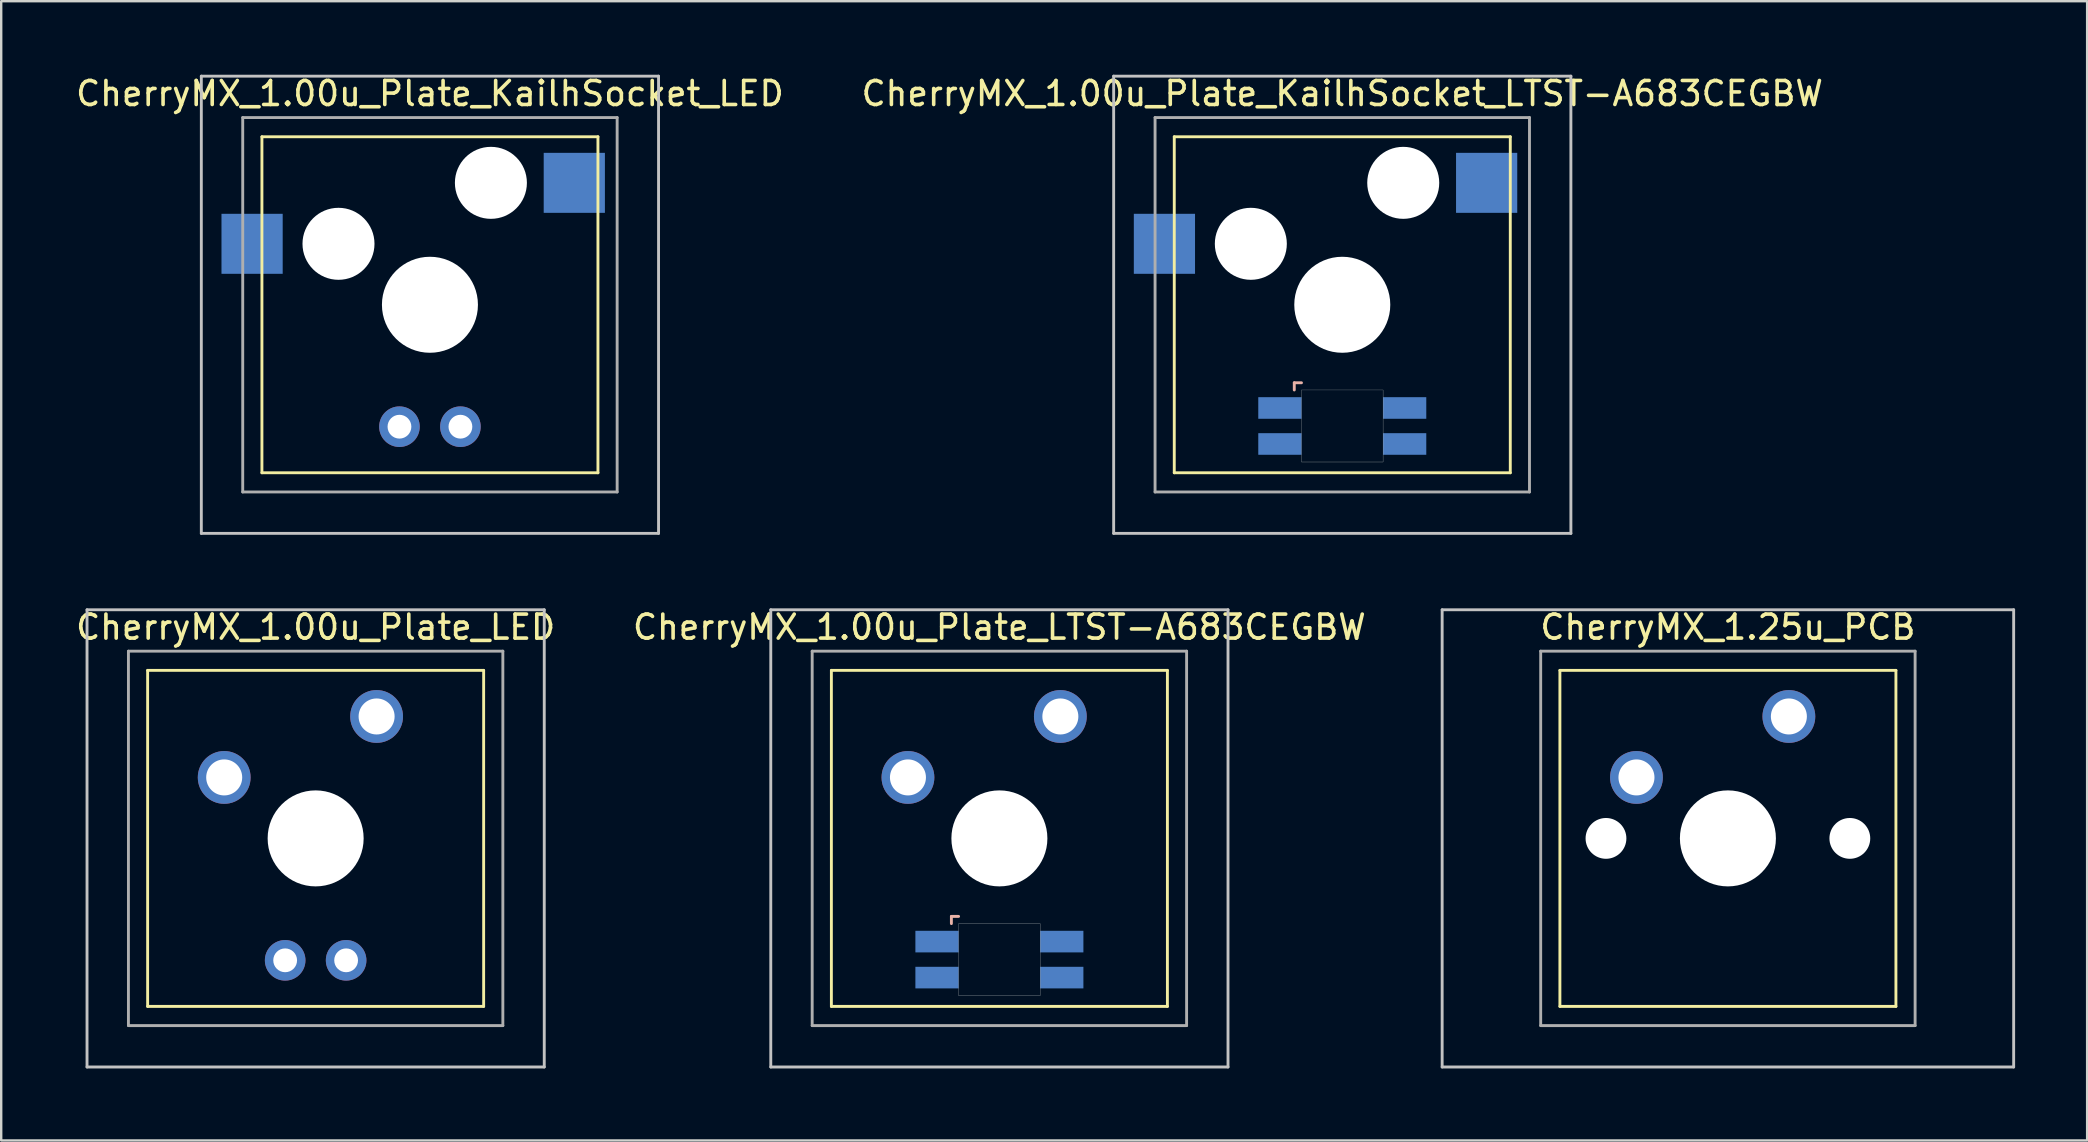
<source format=kicad_pcb>
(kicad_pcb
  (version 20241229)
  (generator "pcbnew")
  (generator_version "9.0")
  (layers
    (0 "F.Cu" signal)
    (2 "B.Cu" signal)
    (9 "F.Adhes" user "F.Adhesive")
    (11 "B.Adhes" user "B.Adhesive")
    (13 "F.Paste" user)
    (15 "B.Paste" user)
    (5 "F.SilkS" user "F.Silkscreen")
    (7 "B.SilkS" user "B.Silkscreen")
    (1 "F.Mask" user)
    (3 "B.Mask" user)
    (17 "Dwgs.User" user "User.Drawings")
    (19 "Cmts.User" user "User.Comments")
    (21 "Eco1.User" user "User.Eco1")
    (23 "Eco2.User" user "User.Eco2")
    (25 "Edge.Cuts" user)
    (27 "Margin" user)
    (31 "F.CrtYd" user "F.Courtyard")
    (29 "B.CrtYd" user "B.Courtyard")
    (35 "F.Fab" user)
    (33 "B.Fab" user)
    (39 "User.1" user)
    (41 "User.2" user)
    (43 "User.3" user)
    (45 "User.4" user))
  (footprint "CherryMX_1.00u_Plate_LED"
    (layer "F.Cu")
    (at 10.101 31.881)
    (property "Reference" "CherryMX_1.00u_Plate_LED" (at 0 -8.8 0) (layer "F.SilkS") (effects (font (size 1 1) (thickness 0.15))))
    (attr through_hole)
    (fp_line (start -7 -7) (end -7 7) (stroke (width 0.12) (type solid)) (layer "F.SilkS"))
    (fp_line (start -7 -7) (end 7 -7) (stroke (width 0.12) (type solid)) (layer "F.SilkS"))
    (fp_line (start 7 -7) (end 7 7) (stroke (width 0.12) (type solid)) (layer "F.SilkS"))
    (fp_line (start 7 7) (end -7 7) (stroke (width 0.12) (type solid)) (layer "F.SilkS"))
    (fp_line (start -9.525 -9.525) (end 9.525 -9.525) (stroke (width 0.12) (type solid)) (layer "Dwgs.User"))
    (fp_line (start -9.525 9.525) (end -9.525 -9.525) (stroke (width 0.12) (type solid)) (layer "Dwgs.User"))
    (fp_line (start 9.525 -9.525) (end 9.525 9.525) (stroke (width 0.12) (type solid)) (layer "Dwgs.User"))
    (fp_line (start 9.525 9.525) (end -9.525 9.525) (stroke (width 0.12) (type solid)) (layer "Dwgs.User"))
    (fp_line (start -7.8 -7.8) (end -7.8 7.8) (stroke (width 0.12) (type solid)) (layer "F.Fab"))
    (fp_line (start -7.8 -7.8) (end 7.8 -7.8) (stroke (width 0.12) (type solid)) (layer "F.Fab"))
    (fp_line (start -7.8 7.8) (end 7.8 7.8) (stroke (width 0.12) (type solid)) (layer "F.Fab"))
    (fp_line (start 7.8 -7.8) (end 7.8 7.8) (stroke (width 0.12) (type solid)) (layer "F.Fab"))
    (pad "" np_thru_hole circle (at 0 0) (size 4 4) (drill 4) (layers "*.Cu" "*.Mask"))
    (pad "1" thru_hole circle (at -3.81 -2.54) (size 2.2 2.2) (drill 1.5) (layers "*.Cu" "*.Mask"))
    (pad "2" thru_hole circle (at 2.54 -5.08) (size 2.2 2.2) (drill 1.5) (layers "*.Cu" "*.Mask"))
    (pad "3" thru_hole circle (at -1.27 5.08) (size 1.691 1.691) (drill 0.991) (layers "*.Cu" "*.Mask"))
    (pad "4" thru_hole circle (at 1.27 5.08) (size 1.691 1.691) (drill 0.991) (layers "*.Cu" "*.Mask")))
  (footprint "CherryMX_1.00u_Plate_KailhSocket_LTST-A683CEGBW"
    (layer "F.Cu")
    (at 52.875 9.648)
    (property "Reference" "CherryMX_1.00u_Plate_KailhSocket_LTST-A683CEGBW" (at 0 -8.8 0) (layer "F.SilkS") (effects (font (size 1 1) (thickness 0.15))))
    (attr through_hole)
    (fp_line (start -7 -7) (end -7 7) (stroke (width 0.12) (type solid)) (layer "F.SilkS"))
    (fp_line (start -7 -7) (end 7 -7) (stroke (width 0.12) (type solid)) (layer "F.SilkS"))
    (fp_line (start 7 -7) (end 7 7) (stroke (width 0.12) (type solid)) (layer "F.SilkS"))
    (fp_line (start 7 7) (end -7 7) (stroke (width 0.12) (type solid)) (layer "F.SilkS"))
    (fp_line (start -2 3.25) (end -2 3.55) (stroke (width 0.12) (type solid)) (layer "B.SilkS"))
    (fp_line (start -1.7 3.25) (end -2 3.25) (stroke (width 0.12) (type solid)) (layer "B.SilkS"))
    (fp_line (start -9.525 -9.525) (end 9.525 -9.525) (stroke (width 0.12) (type solid)) (layer "Dwgs.User"))
    (fp_line (start -9.525 9.525) (end -9.525 -9.525) (stroke (width 0.12) (type solid)) (layer "Dwgs.User"))
    (fp_line (start 9.525 -9.525) (end 9.525 9.525) (stroke (width 0.12) (type solid)) (layer "Dwgs.User"))
    (fp_line (start 9.525 9.525) (end -9.525 9.525) (stroke (width 0.12) (type solid)) (layer "Dwgs.User"))
    (fp_poly (pts (xy 1.7 6.55) (xy -1.7 6.55) (xy -1.7 3.55) (xy 1.7 3.55)) (stroke (width 0.01) (type solid)) (fill no) (layer "Edge.Cuts"))
    (fp_line (start -7.8 -7.8) (end -7.8 7.8) (stroke (width 0.12) (type solid)) (layer "F.Fab"))
    (fp_line (start -7.8 -7.8) (end 7.8 -7.8) (stroke (width 0.12) (type solid)) (layer "F.Fab"))
    (fp_line (start -7.8 7.8) (end 7.8 7.8) (stroke (width 0.12) (type solid)) (layer "F.Fab"))
    (fp_line (start 7.8 -7.8) (end 7.8 7.8) (stroke (width 0.12) (type solid)) (layer "F.Fab"))
    (pad "" np_thru_hole circle (at -3.81 -2.54) (size 3 3) (drill 3) (layers "*.Cu" "*.Mask"))
    (pad "" np_thru_hole circle (at 0 0) (size 4 4) (drill 4) (layers "*.Cu" "*.Mask"))
    (pad "" np_thru_hole circle (at 2.54 -5.08) (size 3 3) (drill 3) (layers "*.Cu" "*.Mask"))
    (pad "1" smd rect (at -7.41 -2.54) (size 2.55 2.5) (layers "B.Cu" "B.Mask" "B.Paste"))
    (pad "2" smd rect (at 6.015 -5.08) (size 2.55 2.5) (layers "B.Cu" "B.Mask" "B.Paste"))
    (pad "3" smd rect (at -2.6 4.3) (size 1.8 0.9) (layers "B.Cu" "B.Mask" "B.Paste"))
    (pad "4" smd rect (at -2.6 5.8) (size 1.8 0.9) (layers "B.Cu" "B.Mask" "B.Paste"))
    (pad "5" smd rect (at 2.6 4.3) (size 1.8 0.9) (layers "B.Cu" "B.Mask" "B.Paste"))
    (pad "6" smd rect (at 2.6 5.8) (size 1.8 0.9) (layers "B.Cu" "B.Mask" "B.Paste")))
  (footprint "CherryMX_1.00u_Plate_KailhSocket_LED"
    (layer "F.Cu")
    (at 14.863 9.648)
    (property "Reference" "CherryMX_1.00u_Plate_KailhSocket_LED" (at 0 -8.8 0) (layer "F.SilkS") (effects (font (size 1 1) (thickness 0.15))))
    (attr through_hole)
    (fp_line (start -7 -7) (end -7 7) (stroke (width 0.12) (type solid)) (layer "F.SilkS"))
    (fp_line (start -7 -7) (end 7 -7) (stroke (width 0.12) (type solid)) (layer "F.SilkS"))
    (fp_line (start 7 -7) (end 7 7) (stroke (width 0.12) (type solid)) (layer "F.SilkS"))
    (fp_line (start 7 7) (end -7 7) (stroke (width 0.12) (type solid)) (layer "F.SilkS"))
    (fp_line (start -9.525 -9.525) (end 9.525 -9.525) (stroke (width 0.12) (type solid)) (layer "Dwgs.User"))
    (fp_line (start -9.525 9.525) (end -9.525 -9.525) (stroke (width 0.12) (type solid)) (layer "Dwgs.User"))
    (fp_line (start 9.525 -9.525) (end 9.525 9.525) (stroke (width 0.12) (type solid)) (layer "Dwgs.User"))
    (fp_line (start 9.525 9.525) (end -9.525 9.525) (stroke (width 0.12) (type solid)) (layer "Dwgs.User"))
    (fp_line (start -7.8 -7.8) (end -7.8 7.8) (stroke (width 0.12) (type solid)) (layer "F.Fab"))
    (fp_line (start -7.8 -7.8) (end 7.8 -7.8) (stroke (width 0.12) (type solid)) (layer "F.Fab"))
    (fp_line (start -7.8 7.8) (end 7.8 7.8) (stroke (width 0.12) (type solid)) (layer "F.Fab"))
    (fp_line (start 7.8 -7.8) (end 7.8 7.8) (stroke (width 0.12) (type solid)) (layer "F.Fab"))
    (pad "" np_thru_hole circle (at -3.81 -2.54) (size 3 3) (drill 3) (layers "*.Cu" "*.Mask"))
    (pad "" np_thru_hole circle (at 0 0) (size 4 4) (drill 4) (layers "*.Cu" "*.Mask"))
    (pad "" np_thru_hole circle (at 2.54 -5.08) (size 3 3) (drill 3) (layers "*.Cu" "*.Mask"))
    (pad "1" smd rect (at -7.41 -2.54) (size 2.55 2.5) (layers "B.Cu" "B.Mask" "B.Paste"))
    (pad "2" smd rect (at 6.015 -5.08) (size 2.55 2.5) (layers "B.Cu" "B.Mask" "B.Paste"))
    (pad "3" thru_hole circle (at -1.27 5.08) (size 1.691 1.691) (drill 0.991) (layers "*.Cu" "*.Mask"))
    (pad "4" thru_hole circle (at 1.27 5.08) (size 1.691 1.691) (drill 0.991) (layers "*.Cu" "*.Mask")))
  (footprint "CherryMX_1.25u_PCB"
    (layer "F.Cu")
    (at 68.942 31.881)
    (property "Reference" "CherryMX_1.25u_PCB" (at 0 -8.8 0) (layer "F.SilkS") (effects (font (size 1 1) (thickness 0.15))))
    (attr through_hole)
    (fp_line (start -7 -7) (end -7 7) (stroke (width 0.12) (type solid)) (layer "F.SilkS"))
    (fp_line (start -7 -7) (end 7 -7) (stroke (width 0.12) (type solid)) (layer "F.SilkS"))
    (fp_line (start 7 -7) (end 7 7) (stroke (width 0.12) (type solid)) (layer "F.SilkS"))
    (fp_line (start 7 7) (end -7 7) (stroke (width 0.12) (type solid)) (layer "F.SilkS"))
    (fp_line (start -11.906 -9.525) (end 11.906 -9.525) (stroke (width 0.12) (type solid)) (layer "Dwgs.User"))
    (fp_line (start -11.906 9.525) (end -11.906 -9.525) (stroke (width 0.12) (type solid)) (layer "Dwgs.User"))
    (fp_line (start 11.906 -9.525) (end 11.906 9.525) (stroke (width 0.12) (type solid)) (layer "Dwgs.User"))
    (fp_line (start 11.906 9.525) (end -11.906 9.525) (stroke (width 0.12) (type solid)) (layer "Dwgs.User"))
    (fp_line (start -7.8 -7.8) (end -7.8 7.8) (stroke (width 0.12) (type solid)) (layer "F.Fab"))
    (fp_line (start -7.8 -7.8) (end 7.8 -7.8) (stroke (width 0.12) (type solid)) (layer "F.Fab"))
    (fp_line (start -7.8 7.8) (end 7.8 7.8) (stroke (width 0.12) (type solid)) (layer "F.Fab"))
    (fp_line (start 7.8 -7.8) (end 7.8 7.8) (stroke (width 0.12) (type solid)) (layer "F.Fab"))
    (pad "" np_thru_hole circle (at -5.08 0) (size 1.7 1.7) (drill 1.7) (layers "*.Cu" "*.Mask"))
    (pad "" np_thru_hole circle (at 0 0) (size 4 4) (drill 4) (layers "*.Cu" "*.Mask"))
    (pad "" np_thru_hole circle (at 5.08 0) (size 1.7 1.7) (drill 1.7) (layers "*.Cu" "*.Mask"))
    (pad "1" thru_hole circle (at -3.81 -2.54) (size 2.2 2.2) (drill 1.5) (layers "*.Cu" "*.Mask"))
    (pad "2" thru_hole circle (at 2.54 -5.08) (size 2.2 2.2) (drill 1.5) (layers "*.Cu" "*.Mask")))
  (footprint "CherryMX_1.00u_Plate_LTST-A683CEGBW"
    (layer "F.Cu")
    (at 38.589 31.881)
    (property "Reference" "CherryMX_1.00u_Plate_LTST-A683CEGBW" (at 0 -8.8 0) (layer "F.SilkS") (effects (font (size 1 1) (thickness 0.15))))
    (attr through_hole)
    (fp_line (start -7 -7) (end -7 7) (stroke (width 0.12) (type solid)) (layer "F.SilkS"))
    (fp_line (start -7 -7) (end 7 -7) (stroke (width 0.12) (type solid)) (layer "F.SilkS"))
    (fp_line (start 7 -7) (end 7 7) (stroke (width 0.12) (type solid)) (layer "F.SilkS"))
    (fp_line (start 7 7) (end -7 7) (stroke (width 0.12) (type solid)) (layer "F.SilkS"))
    (fp_line (start -2 3.25) (end -2 3.55) (stroke (width 0.12) (type solid)) (layer "B.SilkS"))
    (fp_line (start -1.7 3.25) (end -2 3.25) (stroke (width 0.12) (type solid)) (layer "B.SilkS"))
    (fp_line (start -9.525 -9.525) (end 9.525 -9.525) (stroke (width 0.12) (type solid)) (layer "Dwgs.User"))
    (fp_line (start -9.525 9.525) (end -9.525 -9.525) (stroke (width 0.12) (type solid)) (layer "Dwgs.User"))
    (fp_line (start 9.525 -9.525) (end 9.525 9.525) (stroke (width 0.12) (type solid)) (layer "Dwgs.User"))
    (fp_line (start 9.525 9.525) (end -9.525 9.525) (stroke (width 0.12) (type solid)) (layer "Dwgs.User"))
    (fp_poly (pts (xy 1.7 6.55) (xy -1.7 6.55) (xy -1.7 3.55) (xy 1.7 3.55)) (stroke (width 0.01) (type solid)) (fill no) (layer "Edge.Cuts"))
    (fp_line (start -7.8 -7.8) (end -7.8 7.8) (stroke (width 0.12) (type solid)) (layer "F.Fab"))
    (fp_line (start -7.8 -7.8) (end 7.8 -7.8) (stroke (width 0.12) (type solid)) (layer "F.Fab"))
    (fp_line (start -7.8 7.8) (end 7.8 7.8) (stroke (width 0.12) (type solid)) (layer "F.Fab"))
    (fp_line (start 7.8 -7.8) (end 7.8 7.8) (stroke (width 0.12) (type solid)) (layer "F.Fab"))
    (pad "" np_thru_hole circle (at 0 0) (size 4 4) (drill 4) (layers "*.Cu" "*.Mask"))
    (pad "1" thru_hole circle (at -3.81 -2.54) (size 2.2 2.2) (drill 1.5) (layers "*.Cu" "*.Mask"))
    (pad "2" thru_hole circle (at 2.54 -5.08) (size 2.2 2.2) (drill 1.5) (layers "*.Cu" "*.Mask"))
    (pad "3" smd rect (at -2.6 4.3) (size 1.8 0.9) (layers "B.Cu" "B.Mask" "B.Paste"))
    (pad "4" smd rect (at -2.6 5.8) (size 1.8 0.9) (layers "B.Cu" "B.Mask" "B.Paste"))
    (pad "5" smd rect (at 2.6 4.3) (size 1.8 0.9) (layers "B.Cu" "B.Mask" "B.Paste"))
    (pad "6" smd rect (at 2.6 5.8) (size 1.8 0.9) (layers "B.Cu" "B.Mask" "B.Paste")))
  (gr_rect
    (start -3 -3)
    (end 83.909 44.467)
    (stroke (width 0.1) (type default))
    (fill no)
    (layer "Edge.Cuts")))
</source>
